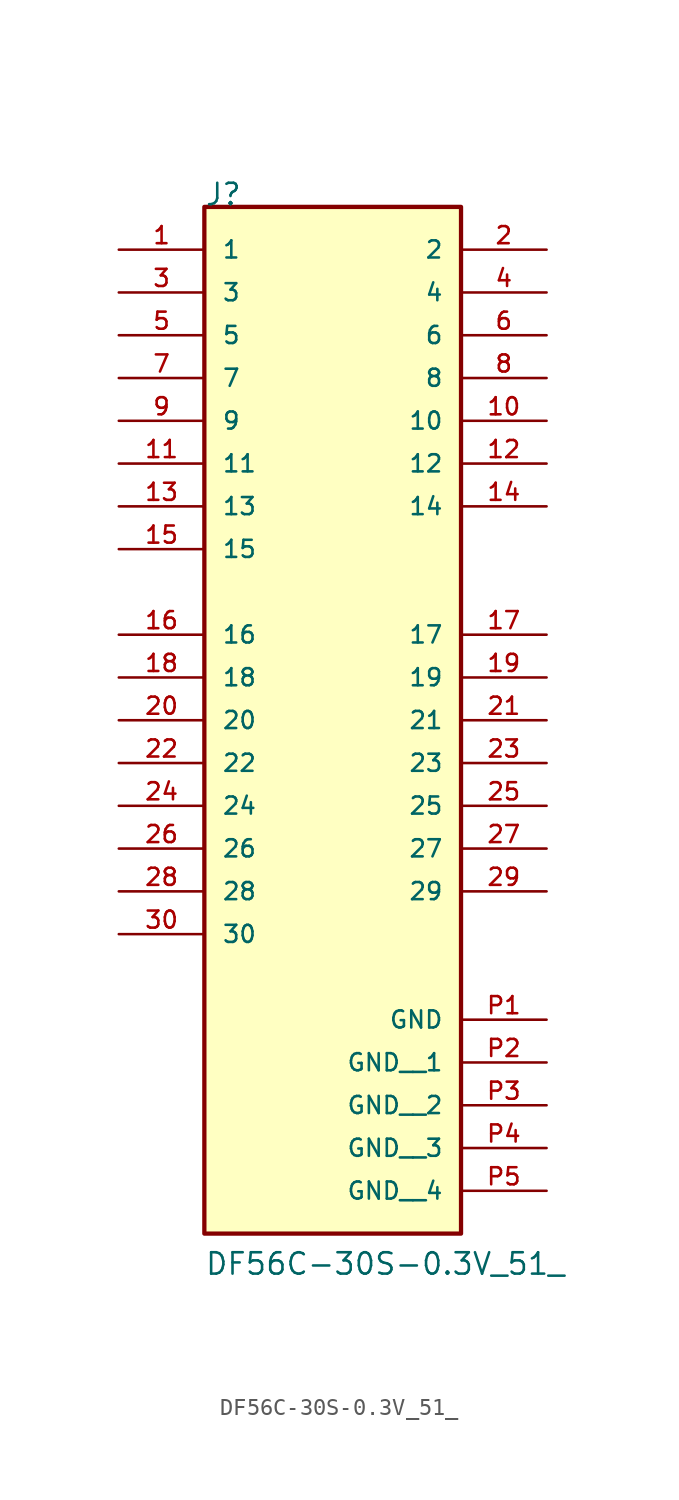
<source format=kicad_sym>
(kicad_symbol_lib
  (version 20211014)
  (generator kicad_symbol_editor)
  (symbol "DF56C-30S-0.3V_51_"
    (pin_names
      (offset 1.016))
    (property "Reference" "J"
      (at -7.62 25.4 0)
      (effects (font (size 1.27 1.27)) (justify bottom left)))
    (property "Value" "DF56C-30S-0.3V_51_"
      (at -7.62 -38.1 0)
      (effects (font (size 1.27 1.27)) (justify bottom left)))
    (symbol "DF56C-30S-0.3V_51__0_0"
      (rectangle (start -7.62 -35.56) (end 7.62 25.4) (stroke (width 0.254)) (fill (type background)))
      (pin passive line (at -12.7 22.86 0) (length 5.08) (name "1" (effects (font (size 1.016 1.016)))) (number "1" (effects (font (size 1.016 1.016)))))
      (pin passive line (at 12.7 22.86 180.0) (length 5.08) (name "2" (effects (font (size 1.016 1.016)))) (number "2" (effects (font (size 1.016 1.016)))))
      (pin passive line (at -12.7 20.32 0) (length 5.08) (name "3" (effects (font (size 1.016 1.016)))) (number "3" (effects (font (size 1.016 1.016)))))
      (pin passive line (at 12.7 20.32 180.0) (length 5.08) (name "4" (effects (font (size 1.016 1.016)))) (number "4" (effects (font (size 1.016 1.016)))))
      (pin passive line (at -12.7 17.78 0) (length 5.08) (name "5" (effects (font (size 1.016 1.016)))) (number "5" (effects (font (size 1.016 1.016)))))
      (pin passive line (at 12.7 17.78 180.0) (length 5.08) (name "6" (effects (font (size 1.016 1.016)))) (number "6" (effects (font (size 1.016 1.016)))))
      (pin passive line (at -12.7 15.24 0) (length 5.08) (name "7" (effects (font (size 1.016 1.016)))) (number "7" (effects (font (size 1.016 1.016)))))
      (pin passive line (at 12.7 15.24 180.0) (length 5.08) (name "8" (effects (font (size 1.016 1.016)))) (number "8" (effects (font (size 1.016 1.016)))))
      (pin passive line (at -12.7 12.7 0) (length 5.08) (name "9" (effects (font (size 1.016 1.016)))) (number "9" (effects (font (size 1.016 1.016)))))
      (pin passive line (at 12.7 12.7 180.0) (length 5.08) (name "10" (effects (font (size 1.016 1.016)))) (number "10" (effects (font (size 1.016 1.016)))))
      (pin passive line (at -12.7 10.16 0) (length 5.08) (name "11" (effects (font (size 1.016 1.016)))) (number "11" (effects (font (size 1.016 1.016)))))
      (pin passive line (at 12.7 10.16 180.0) (length 5.08) (name "12" (effects (font (size 1.016 1.016)))) (number "12" (effects (font (size 1.016 1.016)))))
      (pin passive line (at -12.7 7.62 0) (length 5.08) (name "13" (effects (font (size 1.016 1.016)))) (number "13" (effects (font (size 1.016 1.016)))))
      (pin passive line (at 12.7 7.62 180.0) (length 5.08) (name "14" (effects (font (size 1.016 1.016)))) (number "14" (effects (font (size 1.016 1.016)))))
      (pin passive line (at -12.7 5.08 0) (length 5.08) (name "15" (effects (font (size 1.016 1.016)))) (number "15" (effects (font (size 1.016 1.016)))))
      (pin passive line (at -12.7 0.0 0) (length 5.08) (name "16" (effects (font (size 1.016 1.016)))) (number "16" (effects (font (size 1.016 1.016)))))
      (pin passive line (at 12.7 0.0 180.0) (length 5.08) (name "17" (effects (font (size 1.016 1.016)))) (number "17" (effects (font (size 1.016 1.016)))))
      (pin passive line (at -12.7 -2.54 0) (length 5.08) (name "18" (effects (font (size 1.016 1.016)))) (number "18" (effects (font (size 1.016 1.016)))))
      (pin passive line (at 12.7 -2.54 180.0) (length 5.08) (name "19" (effects (font (size 1.016 1.016)))) (number "19" (effects (font (size 1.016 1.016)))))
      (pin passive line (at -12.7 -5.08 0) (length 5.08) (name "20" (effects (font (size 1.016 1.016)))) (number "20" (effects (font (size 1.016 1.016)))))
      (pin passive line (at 12.7 -5.08 180.0) (length 5.08) (name "21" (effects (font (size 1.016 1.016)))) (number "21" (effects (font (size 1.016 1.016)))))
      (pin passive line (at -12.7 -7.62 0) (length 5.08) (name "22" (effects (font (size 1.016 1.016)))) (number "22" (effects (font (size 1.016 1.016)))))
      (pin passive line (at 12.7 -7.62 180.0) (length 5.08) (name "23" (effects (font (size 1.016 1.016)))) (number "23" (effects (font (size 1.016 1.016)))))
      (pin passive line (at -12.7 -10.16 0) (length 5.08) (name "24" (effects (font (size 1.016 1.016)))) (number "24" (effects (font (size 1.016 1.016)))))
      (pin passive line (at 12.7 -10.16 180.0) (length 5.08) (name "25" (effects (font (size 1.016 1.016)))) (number "25" (effects (font (size 1.016 1.016)))))
      (pin passive line (at -12.7 -12.7 0) (length 5.08) (name "26" (effects (font (size 1.016 1.016)))) (number "26" (effects (font (size 1.016 1.016)))))
      (pin passive line (at 12.7 -12.7 180.0) (length 5.08) (name "27" (effects (font (size 1.016 1.016)))) (number "27" (effects (font (size 1.016 1.016)))))
      (pin passive line (at -12.7 -15.24 0) (length 5.08) (name "28" (effects (font (size 1.016 1.016)))) (number "28" (effects (font (size 1.016 1.016)))))
      (pin passive line (at 12.7 -15.24 180.0) (length 5.08) (name "29" (effects (font (size 1.016 1.016)))) (number "29" (effects (font (size 1.016 1.016)))))
      (pin passive line (at -12.7 -17.78 0) (length 5.08) (name "30" (effects (font (size 1.016 1.016)))) (number "30" (effects (font (size 1.016 1.016)))))
      (pin power_in line (at 12.7 -22.86 180.0) (length 5.08) (name "GND" (effects (font (size 1.016 1.016)))) (number "P1" (effects (font (size 1.016 1.016)))))
      (pin power_in line (at 12.7 -25.4 180.0) (length 5.08) (name "GND__1" (effects (font (size 1.016 1.016)))) (number "P2" (effects (font (size 1.016 1.016)))))
      (pin power_in line (at 12.7 -27.94 180.0) (length 5.08) (name "GND__2" (effects (font (size 1.016 1.016)))) (number "P3" (effects (font (size 1.016 1.016)))))
      (pin power_in line (at 12.7 -30.48 180.0) (length 5.08) (name "GND__3" (effects (font (size 1.016 1.016)))) (number "P4" (effects (font (size 1.016 1.016)))))
      (pin power_in line (at 12.7 -33.02 180.0) (length 5.08) (name "GND__4" (effects (font (size 1.016 1.016)))) (number "P5" (effects (font (size 1.016 1.016))))))))
</source>
